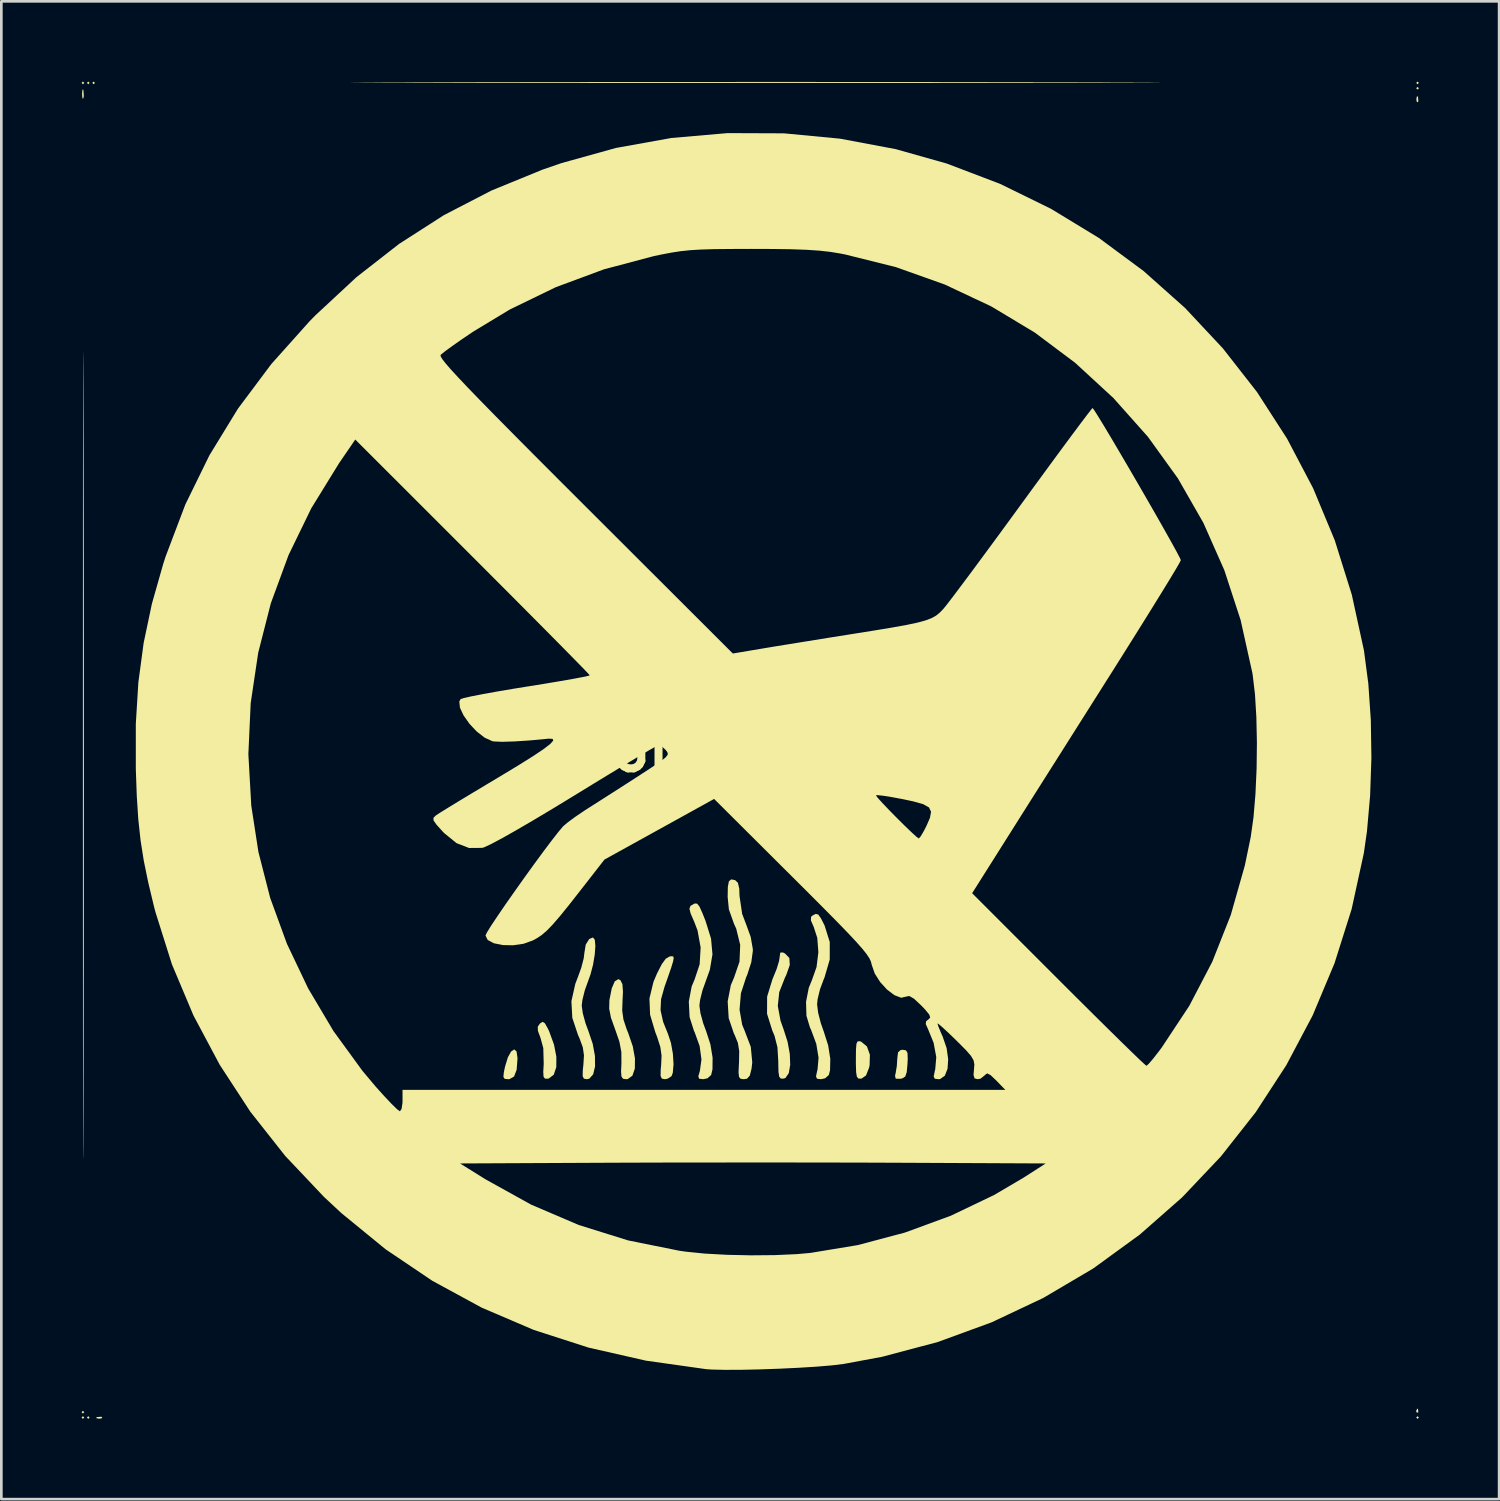
<source format=kicad_pcb>
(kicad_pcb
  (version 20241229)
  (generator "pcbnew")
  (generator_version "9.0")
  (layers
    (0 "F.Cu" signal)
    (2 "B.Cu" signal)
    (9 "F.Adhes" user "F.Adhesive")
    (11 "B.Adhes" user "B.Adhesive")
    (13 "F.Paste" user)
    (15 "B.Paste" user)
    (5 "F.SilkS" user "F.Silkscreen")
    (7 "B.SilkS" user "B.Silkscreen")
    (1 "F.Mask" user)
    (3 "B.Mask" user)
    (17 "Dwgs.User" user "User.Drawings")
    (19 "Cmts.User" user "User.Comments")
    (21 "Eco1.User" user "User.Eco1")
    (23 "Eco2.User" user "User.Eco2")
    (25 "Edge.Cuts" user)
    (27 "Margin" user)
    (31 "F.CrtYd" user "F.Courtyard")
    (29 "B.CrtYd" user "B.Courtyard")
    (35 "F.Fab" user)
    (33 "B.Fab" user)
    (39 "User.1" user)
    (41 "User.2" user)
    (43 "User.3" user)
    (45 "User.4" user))
  (footprint "doNotTouch"
    (layer "F.Cu")
    (at 25 25)
    (property "Reference" "doNotTouch" (at 0 0 0) (layer "F.SilkS") (effects (font (size 1.5 1.5) (thickness 0.3))))
    (attr board_only exclude_from_pos_files exclude_from_bom)
    (fp_poly (pts (xy -24.9 -24.95) (xy -24.95 -24.9) (xy -25 -24.95) (xy -24.95 -25)) (stroke (width 0) (type solid)) (fill yes) (layer "F.SilkS"))
    (fp_poly (pts (xy -24.9 24.75) (xy -24.95 24.8) (xy -25 24.75) (xy -24.95 24.7)) (stroke (width 0) (type solid)) (fill yes) (layer "F.SilkS"))
    (fp_poly (pts (xy -24.9 24.95) (xy -24.95 25) (xy -25 24.95) (xy -24.95 24.9)) (stroke (width 0) (type solid)) (fill yes) (layer "F.SilkS"))
    (fp_poly (pts (xy -24.7 -24.95) (xy -24.75 -24.9) (xy -24.8 -24.95) (xy -24.75 -25)) (stroke (width 0) (type solid)) (fill yes) (layer "F.SilkS"))
    (fp_poly (pts (xy -24.7 24.95) (xy -24.75 25) (xy -24.8 24.95) (xy -24.75 24.9)) (stroke (width 0) (type solid)) (fill yes) (layer "F.SilkS"))
    (fp_poly (pts (xy -24.5 -24.95) (xy -24.55 -24.9) (xy -24.6 -24.95) (xy -24.55 -25)) (stroke (width 0) (type solid)) (fill yes) (layer "F.SilkS"))
    (fp_poly (pts (xy 25 -24.95) (xy 24.95 -24.9) (xy 24.9 -24.95) (xy 24.95 -25)) (stroke (width 0) (type solid)) (fill yes) (layer "F.SilkS"))
    (fp_poly (pts (xy 25 -24.75) (xy 24.95 -24.7) (xy 24.9 -24.75) (xy 24.95 -24.8)) (stroke (width 0) (type solid)) (fill yes) (layer "F.SilkS"))
    (fp_poly (pts (xy 25 24.95) (xy 24.95 25) (xy 24.9 24.95) (xy 24.95 24.9)) (stroke (width 0) (type solid)) (fill yes) (layer "F.SilkS"))
    (fp_poly (pts (xy -24.227 24.94) (xy -24.257 24.985) (xy -24.358 24.992) (xy -24.465 24.968) (xy -24.419 24.932) (xy -24.262 24.92)) (stroke (width 0) (type solid)) (fill yes) (layer "F.SilkS"))
    (fp_poly (pts (xy 24.967 24.633) (xy 24.979 24.752) (xy 24.967 24.767) (xy 24.907 24.753) (xy 24.9 24.7) (xy 24.937 24.618)) (stroke (width 0) (type solid)) (fill yes) (layer "F.SilkS"))
    (fp_poly (pts (xy 24.968 -24.419) (xy 24.98 -24.262) (xy 24.96 -24.227) (xy 24.915 -24.257) (xy 24.908 -24.358) (xy 24.932 -24.465)) (stroke (width 0) (type solid)) (fill yes) (layer "F.SilkS"))
    (fp_poly (pts (xy -24.936 -24.69) (xy -24.931 -24.673) (xy -24.916 -24.455) (xy -24.934 -24.373) (xy -24.967 -24.37) (xy -24.981 -24.526) (xy -24.981 -24.55) (xy -24.966 -24.705)) (stroke (width 0) (type solid)) (fill yes) (layer "F.SilkS"))
    (fp_poly (pts (xy -8.736 11.264) (xy -8.701 11.512) (xy -8.701 11.525) (xy -8.733 11.948) (xy -8.83 12.199) (xy -9 12.297) (xy -9.048 12.3) (xy -9.179 12.288) (xy -9.229 12.217) (xy -9.211 12.036) (xy -9.166 11.825) (xy -9.061 11.482) (xy -8.939 11.264) (xy -8.823 11.186)) (stroke (width 0) (type solid)) (fill yes) (layer "F.SilkS"))
    (fp_poly (pts (xy 5.824 11.221) (xy 5.88 11.315) (xy 5.889 11.532) (xy 5.88 11.725) (xy 5.852 12.036) (xy 5.797 12.199) (xy 5.69 12.268) (xy 5.611 12.284) (xy 5.44 12.283) (xy 5.414 12.171) (xy 5.435 12.084) (xy 5.481 11.811) (xy 5.499 11.525) (xy 5.526 11.295) (xy 5.626 11.207) (xy 5.705 11.2)) (stroke (width 0) (type solid)) (fill yes) (layer "F.SilkS"))
    (fp_poly (pts (xy 4.15 10.898) (xy 4.364 11.076) (xy 4.474 11.384) (xy 4.464 11.776) (xy 4.443 11.872) (xy 4.328 12.162) (xy 4.159 12.277) (xy 4.15 12.279) (xy 4.048 12.277) (xy 3.988 12.21) (xy 3.959 12.037) (xy 3.95 11.718) (xy 3.95 11.566) (xy 3.954 11.189) (xy 3.972 10.974) (xy 4.016 10.884) (xy 4.098 10.881)) (stroke (width 0) (type solid)) (fill yes) (layer "F.SilkS"))
    (fp_poly (pts (xy -7.677 10.209) (xy -7.564 10.411) (xy -7.517 10.512) (xy -7.336 11.007) (xy -7.248 11.464) (xy -7.251 11.851) (xy -7.346 12.132) (xy -7.531 12.273) (xy -7.563 12.28) (xy -7.674 12.279) (xy -7.728 12.206) (xy -7.738 12.017) (xy -7.721 11.726) (xy -7.737 11.137) (xy -7.842 10.753) (xy -7.938 10.493) (xy -7.944 10.339) (xy -7.864 10.222) (xy -7.861 10.218) (xy -7.764 10.154)) (stroke (width 0) (type solid)) (fill yes) (layer "F.SilkS"))
    (fp_poly (pts (xy -4.855 8.596) (xy -4.779 8.744) (xy -4.758 9.033) (xy -4.773 9.328) (xy -4.787 9.732) (xy -4.74 10.069) (xy -4.615 10.444) (xy -4.562 10.572) (xy -4.391 11.072) (xy -4.309 11.527) (xy -4.314 11.904) (xy -4.406 12.17) (xy -4.582 12.295) (xy -4.637 12.3) (xy -4.754 12.284) (xy -4.814 12.204) (xy -4.829 12.014) (xy -4.816 11.705) (xy -4.818 11.288) (xy -4.89 10.901) (xy -5.048 10.445) (xy -5.052 10.435) (xy -5.207 10.001) (xy -5.273 9.664) (xy -5.266 9.353) (xy -5.262 9.327) (xy -5.177 8.902) (xy -5.065 8.642) (xy -4.933 8.56)) (stroke (width 0) (type solid)) (fill yes) (layer "F.SilkS"))
    (fp_poly (pts (xy 1.3 7.6) (xy 1.463 7.768) (xy 1.479 8.03) (xy 1.347 8.405) (xy 1.298 8.504) (xy 1.085 9.045) (xy 1.031 9.562) (xy 1.133 10.114) (xy 1.244 10.426) (xy 1.396 10.898) (xy 1.48 11.356) (xy 1.495 11.76) (xy 1.442 12.072) (xy 1.32 12.252) (xy 1.249 12.279) (xy 1.143 12.277) (xy 1.083 12.205) (xy 1.056 12.022) (xy 1.049 11.686) (xy 1.049 11.629) (xy 1.017 11.102) (xy 0.907 10.673) (xy 0.825 10.48) (xy 0.629 9.855) (xy 0.632 9.213) (xy 0.834 8.552) (xy 0.851 8.515) (xy 0.988 8.179) (xy 1.079 7.88) (xy 1.1 7.737) (xy 1.122 7.567) (xy 1.221 7.561)) (stroke (width 0) (type solid)) (fill yes) (layer "F.SilkS"))
    (fp_poly (pts (xy -2.879 7.712) (xy -2.861 7.768) (xy -2.884 7.898) (xy -2.956 8.134) (xy -3.084 8.506) (xy -3.204 8.844) (xy -3.334 9.308) (xy -3.353 9.721) (xy -3.257 10.154) (xy -3.077 10.6) (xy -2.964 10.942) (xy -2.892 11.345) (xy -2.867 11.741) (xy -2.895 12.059) (xy -2.942 12.186) (xy -3.091 12.283) (xy -3.199 12.3) (xy -3.305 12.278) (xy -3.351 12.18) (xy -3.348 11.959) (xy -3.33 11.764) (xy -3.315 11.417) (xy -3.361 11.095) (xy -3.483 10.714) (xy -3.549 10.543) (xy -3.744 9.887) (xy -3.768 9.281) (xy -3.619 8.665) (xy -3.485 8.347) (xy -3.304 7.995) (xy -3.158 7.795) (xy -3.014 7.711) (xy -2.932 7.702)) (stroke (width 0) (type solid)) (fill yes) (layer "F.SilkS"))
    (fp_poly (pts (xy -5.811 7.088) (xy -5.79 7.32) (xy -5.814 7.645) (xy -5.876 8.017) (xy -5.972 8.384) (xy -6.05 8.6) (xy -6.185 8.976) (xy -6.275 9.338) (xy -6.3 9.55) (xy -6.26 9.836) (xy -6.158 10.209) (xy -6.05 10.5) (xy -5.889 10.977) (xy -5.806 11.43) (xy -5.801 11.822) (xy -5.872 12.117) (xy -6.017 12.28) (xy -6.112 12.3) (xy -6.219 12.28) (xy -6.265 12.187) (xy -6.261 11.974) (xy -6.238 11.761) (xy -6.216 11.408) (xy -6.259 11.11) (xy -6.384 10.768) (xy -6.438 10.649) (xy -6.652 10.007) (xy -6.686 9.384) (xy -6.54 8.734) (xy -6.45 8.5) (xy -6.316 8.129) (xy -6.225 7.778) (xy -6.2 7.573) (xy -6.15 7.266) (xy -6.019 7.058) (xy -5.88 7)) (stroke (width 0) (type solid)) (fill yes) (layer "F.SilkS"))
    (fp_poly (pts (xy 2.545 6.145) (xy 2.649 6.294) (xy 2.78 6.553) (xy 2.974 7.172) (xy 2.973 7.825) (xy 2.778 8.496) (xy 2.75 8.559) (xy 2.61 8.935) (xy 2.519 9.31) (xy 2.5 9.505) (xy 2.539 9.814) (xy 2.64 10.207) (xy 2.75 10.519) (xy 2.914 11.035) (xy 2.994 11.539) (xy 2.984 11.968) (xy 2.939 12.142) (xy 2.802 12.266) (xy 2.647 12.3) (xy 2.501 12.284) (xy 2.459 12.2) (xy 2.502 11.991) (xy 2.517 11.936) (xy 2.555 11.496) (xy 2.469 10.975) (xy 2.27 10.441) (xy 2.236 10.374) (xy 2.102 9.93) (xy 2.087 9.407) (xy 2.189 8.883) (xy 2.307 8.596) (xy 2.48 8.106) (xy 2.548 7.553) (xy 2.507 7.016) (xy 2.374 6.607) (xy 2.269 6.364) (xy 2.274 6.231) (xy 2.324 6.183) (xy 2.45 6.119)) (stroke (width 0) (type solid)) (fill yes) (layer "F.SilkS"))
    (fp_poly (pts (xy -1.984 5.737) (xy -1.897 5.847) (xy -1.787 6.09) (xy -1.669 6.388) (xy -1.465 7.045) (xy -1.412 7.631) (xy -1.509 8.207) (xy -1.65 8.6) (xy -1.785 8.976) (xy -1.875 9.338) (xy -1.9 9.55) (xy -1.86 9.836) (xy -1.758 10.209) (xy -1.65 10.5) (xy -1.49 10.993) (xy -1.407 11.493) (xy -1.411 11.929) (xy -1.461 12.142) (xy -1.597 12.266) (xy -1.755 12.3) (xy -1.91 12.283) (xy -1.941 12.192) (xy -1.883 11.994) (xy -1.823 11.568) (xy -1.891 11.063) (xy -2.077 10.546) (xy -2.103 10.495) (xy -2.267 9.979) (xy -2.296 9.398) (xy -2.19 8.834) (xy -2.08 8.571) (xy -1.891 8.007) (xy -1.854 7.375) (xy -1.97 6.737) (xy -2.095 6.411) (xy -2.228 6.106) (xy -2.273 5.928) (xy -2.238 5.828) (xy -2.195 5.795) (xy -2.074 5.729)) (stroke (width 0) (type solid)) (fill yes) (layer "F.SilkS"))
    (fp_poly (pts (xy -0.564 4.858) (xy -0.461 4.956) (xy -0.41 5.173) (xy -0.4 5.451) (xy -0.302 6.118) (xy -0.151 6.515) (xy 0.018 6.981) (xy 0.096 7.427) (xy 0.098 7.5) (xy 0.04 7.928) (xy -0.113 8.4) (xy -0.151 8.485) (xy -0.348 9.088) (xy -0.399 9.701) (xy -0.301 10.265) (xy -0.212 10.479) (xy 0.021 11.091) (xy 0.076 11.671) (xy 0.05 11.902) (xy -0.016 12.166) (xy -0.119 12.281) (xy -0.239 12.3) (xy -0.358 12.286) (xy -0.419 12.215) (xy -0.437 12.041) (xy -0.422 11.718) (xy -0.419 11.667) (xy -0.411 11.255) (xy -0.46 10.946) (xy -0.583 10.643) (xy -0.61 10.592) (xy -0.805 10.018) (xy -0.843 9.391) (xy -0.725 8.781) (xy -0.605 8.5) (xy -0.401 7.907) (xy -0.375 7.277) (xy -0.525 6.667) (xy -0.603 6.5) (xy -0.798 5.951) (xy -0.844 5.484) (xy -0.837 5.109) (xy -0.798 4.901) (xy -0.711 4.829)) (stroke (width 0) (type solid)) (fill yes) (layer "F.SilkS"))
    (fp_poly (pts (xy -24.934 -14.718) (xy -24.932 -14.37) (xy -24.93 -13.834) (xy -24.928 -13.106) (xy -24.925 -12.181) (xy -24.925 -12.025) (xy -24.922 -10.151) (xy -24.919 -8.111) (xy -24.917 -5.943) (xy -24.915 -3.68) (xy -24.915 -1.359) (xy -24.914 0.986) (xy -24.915 3.319) (xy -24.916 5.605) (xy -24.918 7.809) (xy -24.921 9.895) (xy -24.924 11.827) (xy -24.925 12.425) (xy -24.927 13.379) (xy -24.929 14.136) (xy -24.931 14.701) (xy -24.933 15.077) (xy -24.935 15.268) (xy -24.937 15.276) (xy -24.939 15.107) (xy -24.941 14.763) (xy -24.942 14.249) (xy -24.944 13.567) (xy -24.945 12.722) (xy -24.946 11.717) (xy -24.948 10.556) (xy -24.948 9.243) (xy -24.949 7.78) (xy -24.95 6.173) (xy -24.95 4.424) (xy -24.951 2.537) (xy -24.951 0.516) (xy -24.951 0.2) (xy -24.951 -1.841) (xy -24.95 -3.748) (xy -24.95 -5.518) (xy -24.949 -7.147) (xy -24.949 -8.632) (xy -24.948 -9.968) (xy -24.947 -11.152) (xy -24.945 -12.181) (xy -24.944 -13.05) (xy -24.943 -13.757) (xy -24.941 -14.297) (xy -24.939 -14.666) (xy -24.938 -14.862) (xy -24.936 -14.88)) (stroke (width 0) (type solid)) (fill yes) (layer "F.SilkS"))
    (fp_poly (pts (xy 3.299 -24.985) (xy 5.591 -24.984) (xy 7.8 -24.982) (xy 9.893 -24.979) (xy 11.833 -24.976) (xy 12.475 -24.975) (xy 13.431 -24.973) (xy 14.191 -24.971) (xy 14.758 -24.969) (xy 15.136 -24.967) (xy 15.328 -24.965) (xy 15.339 -24.963) (xy 15.172 -24.961) (xy 14.83 -24.959) (xy 14.317 -24.958) (xy 13.637 -24.956) (xy 12.794 -24.955) (xy 11.791 -24.954) (xy 10.631 -24.953) (xy 9.319 -24.952) (xy 7.858 -24.951) (xy 6.252 -24.95) (xy 4.504 -24.95) (xy 2.619 -24.949) (xy 0.598 -24.949) (xy 0.2 -24.949) (xy -1.845 -24.949) (xy -3.757 -24.95) (xy -5.531 -24.95) (xy -7.165 -24.951) (xy -8.653 -24.951) (xy -9.994 -24.952) (xy -11.183 -24.953) (xy -12.216 -24.955) (xy -13.09 -24.956) (xy -13.801 -24.957) (xy -14.346 -24.959) (xy -14.72 -24.961) (xy -14.921 -24.962) (xy -14.944 -24.964) (xy -14.786 -24.966) (xy -14.444 -24.968) (xy -13.913 -24.97) (xy -13.19 -24.972) (xy -12.272 -24.975) (xy -12.075 -24.975) (xy -10.197 -24.978) (xy -8.154 -24.981) (xy -5.982 -24.983) (xy -3.715 -24.985) (xy -1.389 -24.985) (xy 0.961 -24.986)) (stroke (width 0) (type solid)) (fill yes) (layer "F.SilkS"))
    (fp_poly (pts (xy 1.258 -23.065) (xy 3.359 -22.865) (xy 5.436 -22.475) (xy 7.346 -21.936) (xy 9.346 -21.174) (xy 11.245 -20.243) (xy 13.035 -19.154) (xy 14.708 -17.916) (xy 16.256 -16.537) (xy 17.671 -15.026) (xy 18.947 -13.393) (xy 20.074 -11.646) (xy 21.046 -9.795) (xy 21.855 -7.849) (xy 22.492 -5.816) (xy 22.947 -3.728) (xy 23.11 -2.49) (xy 23.203 -1.13) (xy 23.225 0.288) (xy 23.177 1.697) (xy 23.059 3.034) (xy 22.942 3.85) (xy 22.486 5.94) (xy 21.846 7.965) (xy 21.029 9.914) (xy 20.044 11.775) (xy 18.898 13.536) (xy 17.598 15.187) (xy 16.151 16.715) (xy 14.566 18.109) (xy 12.85 19.358) (xy 12.795 19.394) (xy 10.959 20.477) (xy 9.026 21.39) (xy 7.012 22.126) (xy 4.936 22.678) (xy 3.494 22.946) (xy 3.061 22.999) (xy 2.486 23.047) (xy 1.814 23.089) (xy 1.09 23.124) (xy 0.359 23.15) (xy -0.335 23.165) (xy -0.946 23.167) (xy -1.432 23.156) (xy -1.65 23.141) (xy -3.901 22.823) (xy -6.049 22.334) (xy -8.094 21.674) (xy -10.039 20.842) (xy -11.885 19.838) (xy -13.633 18.659) (xy -15.286 17.307) (xy -15.938 16.7) (xy -17.12 15.45) (xy -10.85 15.45) (xy -9.9 16.042) (xy -8.195 16.988) (xy -6.412 17.751) (xy -4.562 18.328) (xy -2.654 18.713) (xy -2.409 18.748) (xy -1.703 18.82) (xy -0.867 18.866) (xy 0.031 18.885) (xy 0.921 18.877) (xy 1.736 18.841) (xy 2.25 18.795) (xy 4.025 18.502) (xy 5.787 18.033) (xy 7.499 17.405) (xy 9.12 16.629) (xy 10.209 15.988) (xy 11.048 15.45) (xy 5.574 15.424) (xy 4.292 15.419) (xy 2.862 15.416) (xy 1.338 15.414) (xy -0.228 15.414) (xy -1.783 15.415) (xy -3.274 15.417) (xy -4.649 15.421) (xy -5.375 15.424) (xy -10.85 15.45) (xy -17.12 15.45) (xy -17.386 15.169) (xy -18.689 13.517) (xy -19.835 11.761) (xy -20.816 9.919) (xy -21.621 8.008) (xy -22.24 6.045) (xy -22.293 5.84) (xy -22.509 4.938) (xy -22.674 4.133) (xy -22.795 3.366) (xy -22.88 2.578) (xy -22.936 1.71) (xy -22.972 0.702) (xy -22.972 0.689) (xy -22.972 0.148) (xy -18.764 0.148) (xy -18.655 2.072) (xy -18.389 3.8) (xy -17.947 5.525) (xy -17.322 7.237) (xy -16.528 8.906) (xy -15.582 10.5) (xy -14.498 11.988) (xy -14.005 12.575) (xy -13.686 12.93) (xy -13.41 13.222) (xy -13.205 13.422) (xy -13.099 13.5) (xy -13.097 13.5) (xy -13.036 13.411) (xy -13.002 13.19) (xy -13 13.1) (xy -13 12.7) (xy -1.73 12.7) (xy 9.539 12.7) (xy 9.199 12.349) (xy 8.986 12.147) (xy 8.86 12.082) (xy 8.782 12.137) (xy 8.775 12.149) (xy 8.612 12.279) (xy 8.505 12.3) (xy 8.386 12.269) (xy 8.349 12.139) (xy 8.367 11.925) (xy 8.38 11.745) (xy 8.35 11.592) (xy 8.253 11.427) (xy 8.063 11.21) (xy 7.755 10.9) (xy 7.707 10.853) (xy 7.411 10.566) (xy 7.175 10.349) (xy 7.031 10.229) (xy 7 10.217) (xy 7.038 10.337) (xy 7.135 10.572) (xy 7.198 10.714) (xy 7.343 11.138) (xy 7.401 11.55) (xy 7.378 11.907) (xy 7.276 12.169) (xy 7.099 12.295) (xy 7.046 12.3) (xy 6.901 12.284) (xy 6.859 12.2) (xy 6.902 11.99) (xy 6.917 11.936) (xy 6.956 11.474) (xy 6.857 10.94) (xy 6.655 10.444) (xy 6.563 10.238) (xy 6.577 10.13) (xy 6.663 10.067) (xy 6.729 9.995) (xy 6.693 9.882) (xy 6.536 9.692) (xy 6.392 9.542) (xy 6.125 9.292) (xy 5.947 9.189) (xy 5.839 9.209) (xy 5.644 9.255) (xy 5.391 9.158) (xy 5.118 8.952) (xy 4.861 8.672) (xy 4.657 8.351) (xy 4.542 8.023) (xy 4.539 8.006) (xy 4.511 7.898) (xy 4.452 7.774) (xy 4.347 7.617) (xy 4.186 7.416) (xy 3.954 7.154) (xy 3.64 6.819) (xy 3.23 6.396) (xy 2.711 5.871) (xy 2.071 5.229) (xy 1.564 4.724) (xy -1.35 1.821) (xy -3.4 2.955) (xy -5.45 4.088) (xy -6.331 5.219) (xy -6.773 5.783) (xy -7.119 6.21) (xy -7.392 6.525) (xy -7.613 6.753) (xy -7.807 6.917) (xy -7.996 7.041) (xy -8.121 7.109) (xy -8.474 7.236) (xy -8.868 7.293) (xy -9.254 7.285) (xy -9.586 7.217) (xy -9.816 7.094) (xy -9.898 6.927) (xy -9.841 6.808) (xy -9.684 6.555) (xy -9.446 6.198) (xy -9.148 5.762) (xy -8.808 5.277) (xy -8.447 4.768) (xy -8.084 4.265) (xy -7.738 3.794) (xy -7.429 3.383) (xy -7.177 3.06) (xy -7.002 2.852) (xy -6.996 2.845) (xy -6.821 2.696) (xy -6.528 2.481) (xy -6.168 2.238) (xy -6.022 2.145) (xy -5.626 1.893) (xy -5.304 1.687) (xy 4.7 1.687) (xy 4.766 1.779) (xy 4.942 1.973) (xy 5.191 2.235) (xy 5.478 2.527) (xy 5.769 2.816) (xy 6.027 3.064) (xy 6.217 3.238) (xy 6.303 3.3) (xy 6.375 3.218) (xy 6.498 3.008) (xy 6.584 2.84) (xy 6.721 2.526) (xy 6.761 2.3) (xy 6.684 2.139) (xy 6.467 2.017) (xy 6.089 1.911) (xy 5.698 1.828) (xy 5.283 1.751) (xy 4.952 1.699) (xy 4.747 1.679) (xy 4.7 1.687) (xy -5.304 1.687) (xy -5.127 1.574) (xy -4.592 1.231) (xy -4.115 0.923) (xy -3.661 0.627) (xy -3.353 0.418) (xy -3.169 0.273) (xy -3.087 0.171) (xy -3.085 0.091) (xy -3.14 0.012) (xy -3.155 -0.006) (xy -3.317 -0.152) (xy -3.416 -0.2) (xy -3.517 -0.149) (xy -3.77 -0.005) (xy -4.153 0.221) (xy -4.647 0.517) (xy -5.232 0.871) (xy -5.89 1.272) (xy -6.575 1.692) (xy -7.386 2.186) (xy -8.12 2.624) (xy -8.759 2.997) (xy -9.289 3.296) (xy -9.691 3.51) (xy -9.95 3.63) (xy -10.018 3.651) (xy -10.513 3.655) (xy -10.983 3.473) (xy -11.444 3.097) (xy -11.508 3.03) (xy -11.735 2.777) (xy -11.841 2.624) (xy -11.843 2.527) (xy -11.759 2.443) (xy -11.741 2.429) (xy -11.604 2.34) (xy -11.321 2.165) (xy -10.919 1.919) (xy -10.422 1.619) (xy -9.857 1.28) (xy -9.424 1.021) (xy -8.694 0.581) (xy -8.131 0.229) (xy -7.727 -0.041) (xy -7.475 -0.235) (xy -7.364 -0.361) (xy -7.387 -0.425) (xy -7.536 -0.432) (xy -7.561 -0.43) (xy -8.23 -0.367) (xy -8.81 -0.329) (xy -9.27 -0.315) (xy -9.576 -0.328) (xy -9.644 -0.339) (xy -9.932 -0.471) (xy -10.228 -0.702) (xy -10.5 -0.992) (xy -10.718 -1.302) (xy -10.854 -1.592) (xy -10.877 -1.823) (xy -10.83 -1.91) (xy -10.709 -1.951) (xy -10.419 -2.016) (xy -9.988 -2.1) (xy -9.445 -2.198) (xy -8.818 -2.304) (xy -8.37 -2.376) (xy -7.709 -2.482) (xy -7.119 -2.581) (xy -6.627 -2.667) (xy -6.26 -2.736) (xy -6.046 -2.783) (xy -6 -2.8) (xy -6.069 -2.878) (xy -6.267 -3.085) (xy -6.583 -3.408) (xy -7.005 -3.837) (xy -7.519 -4.357) (xy -8.115 -4.958) (xy -8.781 -5.628) (xy -9.504 -6.353) (xy -10.272 -7.122) (xy -10.384 -7.234) (xy -14.767 -11.616) (xy -15.376 -10.727) (xy -16.412 -9.045) (xy -17.261 -7.297) (xy -17.924 -5.494) (xy -18.396 -3.645) (xy -18.677 -1.761) (xy -18.764 0.148) (xy -22.972 0.148) (xy -22.972 -0.987) (xy -22.877 -2.536) (xy -22.679 -4.012) (xy -22.372 -5.471) (xy -21.948 -6.964) (xy -21.856 -7.248) (xy -21.121 -9.187) (xy -20.221 -11.025) (xy -19.152 -12.772) (xy -17.904 -14.441) (xy -17.603 -14.777) (xy -11.577 -14.777) (xy -11.575 -14.727) (xy -11.516 -14.627) (xy -11.393 -14.468) (xy -11.198 -14.242) (xy -10.922 -13.942) (xy -10.559 -13.558) (xy -10.1 -13.083) (xy -9.537 -12.508) (xy -8.863 -11.826) (xy -8.069 -11.027) (xy -7.148 -10.104) (xy -6.171 -9.128) (xy -0.65 -3.616) (xy 0.45 -3.801) (xy 0.887 -3.874) (xy 1.473 -3.969) (xy 2.159 -4.08) (xy 2.894 -4.199) (xy 3.632 -4.316) (xy 3.8 -4.343) (xy 4.654 -4.479) (xy 5.333 -4.592) (xy 5.863 -4.688) (xy 6.266 -4.774) (xy 6.566 -4.857) (xy 6.788 -4.942) (xy 6.955 -5.037) (xy 7.09 -5.148) (xy 7.218 -5.281) (xy 7.225 -5.289) (xy 7.352 -5.445) (xy 7.582 -5.745) (xy 7.901 -6.17) (xy 8.297 -6.7) (xy 8.754 -7.319) (xy 9.26 -8.006) (xy 9.799 -8.743) (xy 10.15 -9.224) (xy 10.692 -9.967) (xy 11.198 -10.658) (xy 11.655 -11.28) (xy 12.053 -11.817) (xy 12.378 -12.252) (xy 12.619 -12.57) (xy 12.763 -12.754) (xy 12.8 -12.795) (xy 12.864 -12.711) (xy 13.011 -12.478) (xy 13.229 -12.121) (xy 13.502 -11.665) (xy 13.815 -11.134) (xy 14.156 -10.553) (xy 14.508 -9.948) (xy 14.858 -9.342) (xy 15.191 -8.762) (xy 15.492 -8.231) (xy 15.748 -7.775) (xy 15.945 -7.418) (xy 16.066 -7.186) (xy 16.1 -7.106) (xy 16.048 -7.002) (xy 15.899 -6.745) (xy 15.662 -6.352) (xy 15.348 -5.84) (xy 14.967 -5.224) (xy 14.529 -4.521) (xy 14.044 -3.748) (xy 13.523 -2.92) (xy 13.365 -2.671) (xy 12.785 -1.754) (xy 12.197 -0.825) (xy 11.619 0.09) (xy 11.065 0.964) (xy 10.554 1.772) (xy 10.102 2.487) (xy 9.726 3.083) (xy 9.464 3.498) (xy 8.297 5.346) (xy 11.523 8.573) (xy 12.185 9.234) (xy 12.804 9.849) (xy 13.366 10.405) (xy 13.857 10.888) (xy 14.261 11.282) (xy 14.565 11.575) (xy 14.755 11.751) (xy 14.815 11.8) (xy 14.9 11.725) (xy 15.071 11.525) (xy 15.294 11.238) (xy 15.379 11.125) (xy 16.413 9.562) (xy 17.275 7.91) (xy 17.967 6.162) (xy 18.494 4.306) (xy 18.713 3.245) (xy 18.817 2.506) (xy 18.89 1.636) (xy 18.933 0.687) (xy 18.944 -0.286) (xy 18.924 -1.231) (xy 18.872 -2.092) (xy 18.786 -2.817) (xy 18.772 -2.9) (xy 18.336 -4.865) (xy 17.726 -6.732) (xy 16.944 -8.498) (xy 15.992 -10.161) (xy 14.87 -11.718) (xy 13.581 -13.166) (xy 12.15 -14.484) (xy 10.64 -15.616) (xy 9.01 -16.595) (xy 7.274 -17.412) (xy 5.448 -18.062) (xy 3.545 -18.537) (xy 3.374 -18.57) (xy 2.999 -18.632) (xy 2.591 -18.678) (xy 2.114 -18.71) (xy 1.535 -18.731) (xy 0.82 -18.741) (xy 0.05 -18.744) (xy -0.728 -18.741) (xy -1.345 -18.735) (xy -1.837 -18.72) (xy -2.245 -18.696) (xy -2.604 -18.658) (xy -2.954 -18.604) (xy -3.334 -18.531) (xy -3.606 -18.474) (xy -5.466 -17.981) (xy -7.271 -17.312) (xy -8.989 -16.478) (xy -10.356 -15.652) (xy -10.778 -15.367) (xy -11.143 -15.111) (xy -11.418 -14.91) (xy -11.567 -14.789) (xy -11.577 -14.777) (xy -17.603 -14.777) (xy -16.473 -16.041) (xy -16.255 -16.263) (xy -14.72 -17.689) (xy -13.128 -18.931) (xy -11.455 -20.005) (xy -9.678 -20.925) (xy -7.775 -21.704) (xy -7.05 -21.954) (xy -5.021 -22.518) (xy -2.948 -22.891) (xy -0.85 -23.073)) (stroke (width 0) (type solid)) (fill yes) (layer "F.SilkS")))
  (gr_rect
    (start -3 -3)
    (end 53 53)
    (stroke (width 0.1) (type default))
    (fill no)
    (layer "Edge.Cuts")))
</source>
